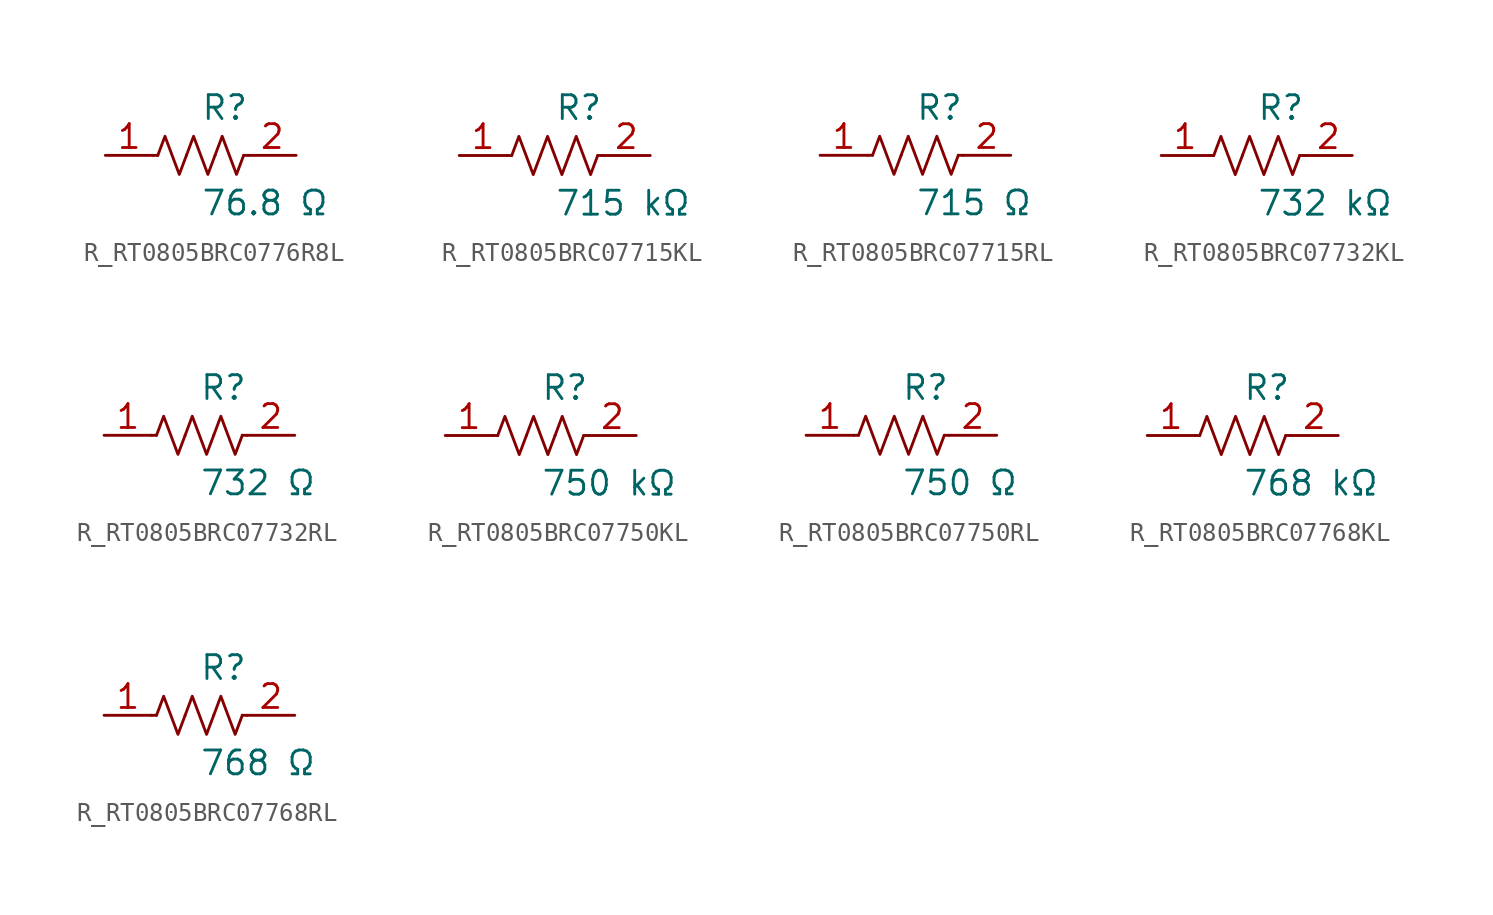
<source format=kicad_sym>
(kicad_symbol_lib
  (version 20231120)
  (generator kicad_symbol_editor)
  (generator_version 8.0)
  (symbol "R_RT0805BRC0776R8L"
    (pin_names
      (offset 0.254))
    (property "Reference" "R"
      (at 0 2.54 0)
      (effects (font (size 1.27 1.27)) (justify left)))
    (property "Value" "76.8 Ω"
      (at 0 -2.54 0)
      (effects (font (size 1.27 1.27)) (justify left)))
    (symbol "R_RT0805BRC0776R8L_0_1"
      (polyline (pts (xy 2.286 0) (xy 2.54 0)) (stroke (width 0) (type default)) (fill (type none)))
      (polyline (pts (xy -2.286 0) (xy -2.54 0)) (stroke (width 0) (type default)) (fill (type none)))
      (polyline (pts (xy 0.762 0) (xy 1.143 1.016) (xy 1.524 0) (xy 1.905 -1.016) (xy 2.286 0)) (stroke (width 0) (type default)) (fill (type none)))
      (polyline (pts (xy -0.762 0) (xy -0.381 1.016) (xy 0 0) (xy 0.381 -1.016) (xy 0.762 0)) (stroke (width 0) (type default)) (fill (type none)))
      (polyline (pts (xy -2.286 0) (xy -1.905 1.016) (xy -1.524 0) (xy -1.143 -1.016) (xy -0.762 0)) (stroke (width 0) (type default)) (fill (type none))))
    (pin unspecified line
      (at -5.08 0 0)
      (length 2.54)
      (name "" (effects (font (size 1.27 1.27))))
      (number "1" (effects (font (size 1.27 1.27)))))
    (pin unspecified line
      (at 5.08 0 180)
      (length 2.54)
      (name "" (effects (font (size 1.27 1.27))))
      (number "2" (effects (font (size 1.27 1.27))))))
  (symbol "R_RT0805BRC07715KL"
    (pin_names
      (offset 0.254))
    (property "Reference" "R"
      (at 0 2.54 0)
      (effects (font (size 1.27 1.27)) (justify left)))
    (property "Value" "715 kΩ"
      (at 0 -2.54 0)
      (effects (font (size 1.27 1.27)) (justify left)))
    (symbol "R_RT0805BRC07715KL_0_1"
      (polyline (pts (xy 2.286 0) (xy 2.54 0)) (stroke (width 0) (type default)) (fill (type none)))
      (polyline (pts (xy -2.286 0) (xy -2.54 0)) (stroke (width 0) (type default)) (fill (type none)))
      (polyline (pts (xy 0.762 0) (xy 1.143 1.016) (xy 1.524 0) (xy 1.905 -1.016) (xy 2.286 0)) (stroke (width 0) (type default)) (fill (type none)))
      (polyline (pts (xy -0.762 0) (xy -0.381 1.016) (xy 0 0) (xy 0.381 -1.016) (xy 0.762 0)) (stroke (width 0) (type default)) (fill (type none)))
      (polyline (pts (xy -2.286 0) (xy -1.905 1.016) (xy -1.524 0) (xy -1.143 -1.016) (xy -0.762 0)) (stroke (width 0) (type default)) (fill (type none))))
    (pin unspecified line
      (at -5.08 0 0)
      (length 2.54)
      (name "" (effects (font (size 1.27 1.27))))
      (number "1" (effects (font (size 1.27 1.27)))))
    (pin unspecified line
      (at 5.08 0 180)
      (length 2.54)
      (name "" (effects (font (size 1.27 1.27))))
      (number "2" (effects (font (size 1.27 1.27))))))
  (symbol "R_RT0805BRC07715RL"
    (pin_names
      (offset 0.254))
    (property "Reference" "R"
      (at 0 2.54 0)
      (effects (font (size 1.27 1.27)) (justify left)))
    (property "Value" "715 Ω"
      (at 0 -2.54 0)
      (effects (font (size 1.27 1.27)) (justify left)))
    (symbol "R_RT0805BRC07715RL_0_1"
      (polyline (pts (xy 2.286 0) (xy 2.54 0)) (stroke (width 0) (type default)) (fill (type none)))
      (polyline (pts (xy -2.286 0) (xy -2.54 0)) (stroke (width 0) (type default)) (fill (type none)))
      (polyline (pts (xy 0.762 0) (xy 1.143 1.016) (xy 1.524 0) (xy 1.905 -1.016) (xy 2.286 0)) (stroke (width 0) (type default)) (fill (type none)))
      (polyline (pts (xy -0.762 0) (xy -0.381 1.016) (xy 0 0) (xy 0.381 -1.016) (xy 0.762 0)) (stroke (width 0) (type default)) (fill (type none)))
      (polyline (pts (xy -2.286 0) (xy -1.905 1.016) (xy -1.524 0) (xy -1.143 -1.016) (xy -0.762 0)) (stroke (width 0) (type default)) (fill (type none))))
    (pin unspecified line
      (at -5.08 0 0)
      (length 2.54)
      (name "" (effects (font (size 1.27 1.27))))
      (number "1" (effects (font (size 1.27 1.27)))))
    (pin unspecified line
      (at 5.08 0 180)
      (length 2.54)
      (name "" (effects (font (size 1.27 1.27))))
      (number "2" (effects (font (size 1.27 1.27))))))
  (symbol "R_RT0805BRC07732KL"
    (pin_names
      (offset 0.254))
    (property "Reference" "R"
      (at 0 2.54 0)
      (effects (font (size 1.27 1.27)) (justify left)))
    (property "Value" "732 kΩ"
      (at 0 -2.54 0)
      (effects (font (size 1.27 1.27)) (justify left)))
    (symbol "R_RT0805BRC07732KL_0_1"
      (polyline (pts (xy 2.286 0) (xy 2.54 0)) (stroke (width 0) (type default)) (fill (type none)))
      (polyline (pts (xy -2.286 0) (xy -2.54 0)) (stroke (width 0) (type default)) (fill (type none)))
      (polyline (pts (xy 0.762 0) (xy 1.143 1.016) (xy 1.524 0) (xy 1.905 -1.016) (xy 2.286 0)) (stroke (width 0) (type default)) (fill (type none)))
      (polyline (pts (xy -0.762 0) (xy -0.381 1.016) (xy 0 0) (xy 0.381 -1.016) (xy 0.762 0)) (stroke (width 0) (type default)) (fill (type none)))
      (polyline (pts (xy -2.286 0) (xy -1.905 1.016) (xy -1.524 0) (xy -1.143 -1.016) (xy -0.762 0)) (stroke (width 0) (type default)) (fill (type none))))
    (pin unspecified line
      (at -5.08 0 0)
      (length 2.54)
      (name "" (effects (font (size 1.27 1.27))))
      (number "1" (effects (font (size 1.27 1.27)))))
    (pin unspecified line
      (at 5.08 0 180)
      (length 2.54)
      (name "" (effects (font (size 1.27 1.27))))
      (number "2" (effects (font (size 1.27 1.27))))))
  (symbol "R_RT0805BRC07732RL"
    (pin_names
      (offset 0.254))
    (property "Reference" "R"
      (at 0 2.54 0)
      (effects (font (size 1.27 1.27)) (justify left)))
    (property "Value" "732 Ω"
      (at 0 -2.54 0)
      (effects (font (size 1.27 1.27)) (justify left)))
    (symbol "R_RT0805BRC07732RL_0_1"
      (polyline (pts (xy 2.286 0) (xy 2.54 0)) (stroke (width 0) (type default)) (fill (type none)))
      (polyline (pts (xy -2.286 0) (xy -2.54 0)) (stroke (width 0) (type default)) (fill (type none)))
      (polyline (pts (xy 0.762 0) (xy 1.143 1.016) (xy 1.524 0) (xy 1.905 -1.016) (xy 2.286 0)) (stroke (width 0) (type default)) (fill (type none)))
      (polyline (pts (xy -0.762 0) (xy -0.381 1.016) (xy 0 0) (xy 0.381 -1.016) (xy 0.762 0)) (stroke (width 0) (type default)) (fill (type none)))
      (polyline (pts (xy -2.286 0) (xy -1.905 1.016) (xy -1.524 0) (xy -1.143 -1.016) (xy -0.762 0)) (stroke (width 0) (type default)) (fill (type none))))
    (pin unspecified line
      (at -5.08 0 0)
      (length 2.54)
      (name "" (effects (font (size 1.27 1.27))))
      (number "1" (effects (font (size 1.27 1.27)))))
    (pin unspecified line
      (at 5.08 0 180)
      (length 2.54)
      (name "" (effects (font (size 1.27 1.27))))
      (number "2" (effects (font (size 1.27 1.27))))))
  (symbol "R_RT0805BRC07750KL"
    (pin_names
      (offset 0.254))
    (property "Reference" "R"
      (at 0 2.54 0)
      (effects (font (size 1.27 1.27)) (justify left)))
    (property "Value" "750 kΩ"
      (at 0 -2.54 0)
      (effects (font (size 1.27 1.27)) (justify left)))
    (symbol "R_RT0805BRC07750KL_0_1"
      (polyline (pts (xy 2.286 0) (xy 2.54 0)) (stroke (width 0) (type default)) (fill (type none)))
      (polyline (pts (xy -2.286 0) (xy -2.54 0)) (stroke (width 0) (type default)) (fill (type none)))
      (polyline (pts (xy 0.762 0) (xy 1.143 1.016) (xy 1.524 0) (xy 1.905 -1.016) (xy 2.286 0)) (stroke (width 0) (type default)) (fill (type none)))
      (polyline (pts (xy -0.762 0) (xy -0.381 1.016) (xy 0 0) (xy 0.381 -1.016) (xy 0.762 0)) (stroke (width 0) (type default)) (fill (type none)))
      (polyline (pts (xy -2.286 0) (xy -1.905 1.016) (xy -1.524 0) (xy -1.143 -1.016) (xy -0.762 0)) (stroke (width 0) (type default)) (fill (type none))))
    (pin unspecified line
      (at -5.08 0 0)
      (length 2.54)
      (name "" (effects (font (size 1.27 1.27))))
      (number "1" (effects (font (size 1.27 1.27)))))
    (pin unspecified line
      (at 5.08 0 180)
      (length 2.54)
      (name "" (effects (font (size 1.27 1.27))))
      (number "2" (effects (font (size 1.27 1.27))))))
  (symbol "R_RT0805BRC07750RL"
    (pin_names
      (offset 0.254))
    (property "Reference" "R"
      (at 0 2.54 0)
      (effects (font (size 1.27 1.27)) (justify left)))
    (property "Value" "750 Ω"
      (at 0 -2.54 0)
      (effects (font (size 1.27 1.27)) (justify left)))
    (symbol "R_RT0805BRC07750RL_0_1"
      (polyline (pts (xy 2.286 0) (xy 2.54 0)) (stroke (width 0) (type default)) (fill (type none)))
      (polyline (pts (xy -2.286 0) (xy -2.54 0)) (stroke (width 0) (type default)) (fill (type none)))
      (polyline (pts (xy 0.762 0) (xy 1.143 1.016) (xy 1.524 0) (xy 1.905 -1.016) (xy 2.286 0)) (stroke (width 0) (type default)) (fill (type none)))
      (polyline (pts (xy -0.762 0) (xy -0.381 1.016) (xy 0 0) (xy 0.381 -1.016) (xy 0.762 0)) (stroke (width 0) (type default)) (fill (type none)))
      (polyline (pts (xy -2.286 0) (xy -1.905 1.016) (xy -1.524 0) (xy -1.143 -1.016) (xy -0.762 0)) (stroke (width 0) (type default)) (fill (type none))))
    (pin unspecified line
      (at -5.08 0 0)
      (length 2.54)
      (name "" (effects (font (size 1.27 1.27))))
      (number "1" (effects (font (size 1.27 1.27)))))
    (pin unspecified line
      (at 5.08 0 180)
      (length 2.54)
      (name "" (effects (font (size 1.27 1.27))))
      (number "2" (effects (font (size 1.27 1.27))))))
  (symbol "R_RT0805BRC07768KL"
    (pin_names
      (offset 0.254))
    (property "Reference" "R"
      (at 0 2.54 0)
      (effects (font (size 1.27 1.27)) (justify left)))
    (property "Value" "768 kΩ"
      (at 0 -2.54 0)
      (effects (font (size 1.27 1.27)) (justify left)))
    (symbol "R_RT0805BRC07768KL_0_1"
      (polyline (pts (xy 2.286 0) (xy 2.54 0)) (stroke (width 0) (type default)) (fill (type none)))
      (polyline (pts (xy -2.286 0) (xy -2.54 0)) (stroke (width 0) (type default)) (fill (type none)))
      (polyline (pts (xy 0.762 0) (xy 1.143 1.016) (xy 1.524 0) (xy 1.905 -1.016) (xy 2.286 0)) (stroke (width 0) (type default)) (fill (type none)))
      (polyline (pts (xy -0.762 0) (xy -0.381 1.016) (xy 0 0) (xy 0.381 -1.016) (xy 0.762 0)) (stroke (width 0) (type default)) (fill (type none)))
      (polyline (pts (xy -2.286 0) (xy -1.905 1.016) (xy -1.524 0) (xy -1.143 -1.016) (xy -0.762 0)) (stroke (width 0) (type default)) (fill (type none))))
    (pin unspecified line
      (at -5.08 0 0)
      (length 2.54)
      (name "" (effects (font (size 1.27 1.27))))
      (number "1" (effects (font (size 1.27 1.27)))))
    (pin unspecified line
      (at 5.08 0 180)
      (length 2.54)
      (name "" (effects (font (size 1.27 1.27))))
      (number "2" (effects (font (size 1.27 1.27))))))
  (symbol "R_RT0805BRC07768RL"
    (pin_names
      (offset 0.254))
    (property "Reference" "R"
      (at 0 2.54 0)
      (effects (font (size 1.27 1.27)) (justify left)))
    (property "Value" "768 Ω"
      (at 0 -2.54 0)
      (effects (font (size 1.27 1.27)) (justify left)))
    (symbol "R_RT0805BRC07768RL_0_1"
      (polyline (pts (xy 2.286 0) (xy 2.54 0)) (stroke (width 0) (type default)) (fill (type none)))
      (polyline (pts (xy -2.286 0) (xy -2.54 0)) (stroke (width 0) (type default)) (fill (type none)))
      (polyline (pts (xy 0.762 0) (xy 1.143 1.016) (xy 1.524 0) (xy 1.905 -1.016) (xy 2.286 0)) (stroke (width 0) (type default)) (fill (type none)))
      (polyline (pts (xy -0.762 0) (xy -0.381 1.016) (xy 0 0) (xy 0.381 -1.016) (xy 0.762 0)) (stroke (width 0) (type default)) (fill (type none)))
      (polyline (pts (xy -2.286 0) (xy -1.905 1.016) (xy -1.524 0) (xy -1.143 -1.016) (xy -0.762 0)) (stroke (width 0) (type default)) (fill (type none))))
    (pin unspecified line
      (at -5.08 0 0)
      (length 2.54)
      (name "" (effects (font (size 1.27 1.27))))
      (number "1" (effects (font (size 1.27 1.27)))))
    (pin unspecified line
      (at 5.08 0 180)
      (length 2.54)
      (name "" (effects (font (size 1.27 1.27))))
      (number "2" (effects (font (size 1.27 1.27)))))))
</source>
